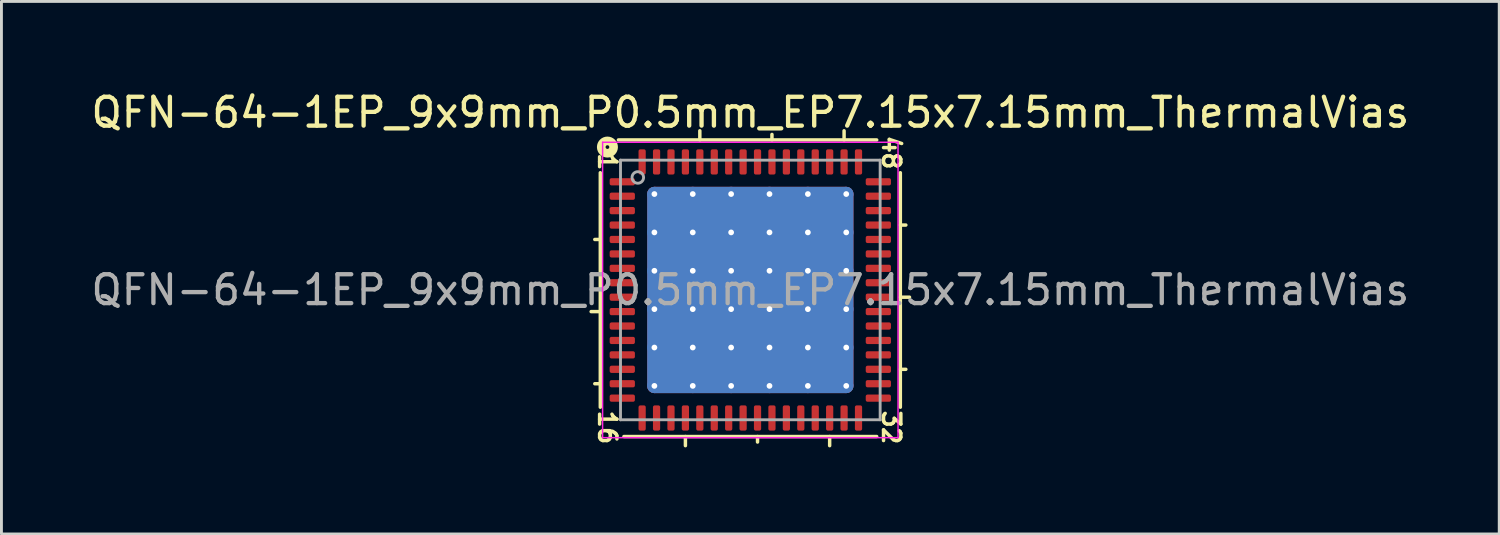
<source format=kicad_pcb>
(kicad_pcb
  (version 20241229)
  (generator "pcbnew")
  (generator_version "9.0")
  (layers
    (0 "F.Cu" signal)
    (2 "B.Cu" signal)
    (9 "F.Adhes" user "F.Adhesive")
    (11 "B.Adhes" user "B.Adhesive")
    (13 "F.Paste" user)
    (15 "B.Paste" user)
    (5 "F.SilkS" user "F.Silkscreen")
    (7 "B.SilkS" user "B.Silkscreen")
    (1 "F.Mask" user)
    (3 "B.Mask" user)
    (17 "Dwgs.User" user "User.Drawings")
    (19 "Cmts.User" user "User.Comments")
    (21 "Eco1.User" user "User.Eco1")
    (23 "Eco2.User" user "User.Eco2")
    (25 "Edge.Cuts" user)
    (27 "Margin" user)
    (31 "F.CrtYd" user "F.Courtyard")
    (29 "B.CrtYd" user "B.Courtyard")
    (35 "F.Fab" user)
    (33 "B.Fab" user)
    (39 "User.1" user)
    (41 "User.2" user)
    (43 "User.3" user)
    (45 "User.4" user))
  (footprint "QFN-64-1EP_9x9mm_P0.5mm_EP7.15x7.15mm_ThermalVias"
    (layer "F.Cu")
    (at 22.958 7.001)
    (property "Reference" "QFN-64-1EP_9x9mm_P0.5mm_EP7.15x7.15mm_ThermalVias" (at 0 -6.152 0) (layer "F.SilkS") (effects (font (size 1 1) (thickness 0.15))))
    (attr smd)
    (fp_line (start -5.2 -4.064) (end -5.2 4.064) (stroke (width 0.12) (type solid)) (layer "F.SilkS"))
    (fp_line (start -5.2 -1.75) (end -5.391 -1.75) (stroke (width 0.12) (type solid)) (layer "F.SilkS"))
    (fp_line (start -5.2 0.75) (end -5.518 0.75) (stroke (width 0.12) (type solid)) (layer "F.SilkS"))
    (fp_line (start -5.2 3.25) (end -5.391 3.25) (stroke (width 0.12) (type solid)) (layer "F.SilkS"))
    (fp_line (start -4.381 5.08) (end 4.381 5.08) (stroke (width 0.12) (type solid)) (layer "F.SilkS"))
    (fp_line (start -2.25 5.08) (end -2.25 5.397) (stroke (width 0.12) (type solid)) (layer "F.SilkS"))
    (fp_line (start -1.75 -5.2) (end -1.75 -5.518) (stroke (width 0.12) (type solid)) (layer "F.SilkS"))
    (fp_line (start 0.25 5.08) (end 0.25 5.271) (stroke (width 0.12) (type solid)) (layer "F.SilkS"))
    (fp_line (start 0.75 -5.2) (end 0.75 -5.391) (stroke (width 0.12) (type solid)) (layer "F.SilkS"))
    (fp_line (start 2.75 5.08) (end 2.75 5.397) (stroke (width 0.12) (type solid)) (layer "F.SilkS"))
    (fp_line (start 3.25 -5.2) (end 3.25 -5.518) (stroke (width 0.12) (type solid)) (layer "F.SilkS"))
    (fp_line (start 4.381 -5.2) (end -4.572 -5.2) (stroke (width 0.12) (type solid)) (layer "F.SilkS"))
    (fp_line (start 5.2 -2.25) (end 5.391 -2.25) (stroke (width 0.12) (type solid)) (layer "F.SilkS"))
    (fp_line (start 5.2 0.25) (end 5.518 0.25) (stroke (width 0.12) (type solid)) (layer "F.SilkS"))
    (fp_line (start 5.2 2.75) (end 5.391 2.75) (stroke (width 0.12) (type solid)) (layer "F.SilkS"))
    (fp_line (start 5.2 4.064) (end 5.2 -4.064) (stroke (width 0.12) (type solid)) (layer "F.SilkS"))
    (fp_circle (center -4.953 -4.953) (end -4.889 -4.953) (stroke (width 0.3) (type solid)) (fill no) (layer "F.SilkS"))
    (fp_line (start -5.12 -5.12) (end -5.12 5.12) (stroke (width 0.05) (type solid)) (layer "F.CrtYd"))
    (fp_line (start -5.12 5.12) (end 5.12 5.12) (stroke (width 0.05) (type solid)) (layer "F.CrtYd"))
    (fp_line (start 5.12 -5.12) (end -5.12 -5.12) (stroke (width 0.05) (type solid)) (layer "F.CrtYd"))
    (fp_line (start 5.12 5.12) (end 5.12 -5.12) (stroke (width 0.05) (type solid)) (layer "F.CrtYd"))
    (fp_line (start -4.5 -4.5) (end 4.5 -4.5) (stroke (width 0.1) (type solid)) (layer "F.Fab"))
    (fp_line (start -4.5 4.5) (end -4.5 -4.5) (stroke (width 0.1) (type solid)) (layer "F.Fab"))
    (fp_line (start 4.5 -4.5) (end 4.5 4.5) (stroke (width 0.1) (type solid)) (layer "F.Fab"))
    (fp_line (start 4.5 4.5) (end -4.5 4.5) (stroke (width 0.1) (type solid)) (layer "F.Fab"))
    (fp_circle (center -3.9 -3.9) (end -3.7 -3.9) (stroke (width 0.1) (type solid)) (fill no) (layer "F.Fab"))
    (fp_text user "16" (at -4.953 4.763 270) (unlocked yes) (layer "F.SilkS") (effects (font (size 0.6 0.6) (thickness 0.12))))
    (fp_text user "48" (at 4.889 -4.763 270) (unlocked yes) (layer "F.SilkS") (effects (font (size 0.6 0.6) (thickness 0.12))))
    (fp_text user "1" (at -4.953 -4.445 270) (unlocked yes) (layer "F.SilkS") (effects (font (size 0.6 0.6) (thickness 0.12))))
    (fp_text user "32" (at 4.889 4.763 270) (unlocked yes) (layer "F.SilkS") (effects (font (size 0.6 0.6) (thickness 0.12))))
    (fp_text user "${REFERENCE}" (at 0 0 0) (layer "F.Fab") (effects (font (size 1 1) (thickness 0.15))))
    (pad "" smd roundrect (at -2.66 -2.66) (size 1.153 1.153) (layers "F.Paste") (roundrect_rratio 0.217))
    (pad "" smd roundrect (at -2.66 -1.33) (size 1.153 1.153) (layers "F.Paste") (roundrect_rratio 0.217))
    (pad "" smd roundrect (at -2.66 0) (size 1.153 1.153) (layers "F.Paste") (roundrect_rratio 0.217))
    (pad "" smd roundrect (at -2.66 1.33) (size 1.153 1.153) (layers "F.Paste") (roundrect_rratio 0.217))
    (pad "" smd roundrect (at -2.66 2.66) (size 1.153 1.153) (layers "F.Paste") (roundrect_rratio 0.217))
    (pad "" smd roundrect (at -1.33 -2.66) (size 1.153 1.153) (layers "F.Paste") (roundrect_rratio 0.217))
    (pad "" smd roundrect (at -1.33 -1.33) (size 1.153 1.153) (layers "F.Paste") (roundrect_rratio 0.217))
    (pad "" smd roundrect (at -1.33 0) (size 1.153 1.153) (layers "F.Paste") (roundrect_rratio 0.217))
    (pad "" smd roundrect (at -1.33 1.33) (size 1.153 1.153) (layers "F.Paste") (roundrect_rratio 0.217))
    (pad "" smd roundrect (at -1.33 2.66) (size 1.153 1.153) (layers "F.Paste") (roundrect_rratio 0.217))
    (pad "" smd roundrect (at 0 -2.66) (size 1.153 1.153) (layers "F.Paste") (roundrect_rratio 0.217))
    (pad "" smd roundrect (at 0 -1.33) (size 1.153 1.153) (layers "F.Paste") (roundrect_rratio 0.217))
    (pad "" smd roundrect (at 0 0) (size 1.153 1.153) (layers "F.Paste") (roundrect_rratio 0.217))
    (pad "" smd roundrect (at 0 1.33) (size 1.153 1.153) (layers "F.Paste") (roundrect_rratio 0.217))
    (pad "" smd roundrect (at 0 2.66) (size 1.153 1.153) (layers "F.Paste") (roundrect_rratio 0.217))
    (pad "" smd roundrect (at 1.33 -2.66) (size 1.153 1.153) (layers "F.Paste") (roundrect_rratio 0.217))
    (pad "" smd roundrect (at 1.33 -1.33) (size 1.153 1.153) (layers "F.Paste") (roundrect_rratio 0.217))
    (pad "" smd roundrect (at 1.33 0) (size 1.153 1.153) (layers "F.Paste") (roundrect_rratio 0.217))
    (pad "" smd roundrect (at 1.33 1.33) (size 1.153 1.153) (layers "F.Paste") (roundrect_rratio 0.217))
    (pad "" smd roundrect (at 1.33 2.66) (size 1.153 1.153) (layers "F.Paste") (roundrect_rratio 0.217))
    (pad "" smd roundrect (at 2.66 -2.66) (size 1.153 1.153) (layers "F.Paste") (roundrect_rratio 0.217))
    (pad "" smd roundrect (at 2.66 -1.33) (size 1.153 1.153) (layers "F.Paste") (roundrect_rratio 0.217))
    (pad "" smd roundrect (at 2.66 0) (size 1.153 1.153) (layers "F.Paste") (roundrect_rratio 0.217))
    (pad "" smd roundrect (at 2.66 1.33) (size 1.153 1.153) (layers "F.Paste") (roundrect_rratio 0.217))
    (pad "" smd roundrect (at 2.66 2.66) (size 1.153 1.153) (layers "F.Paste") (roundrect_rratio 0.217))
    (pad "1" smd roundrect (at -4.438 -3.75) (size 0.875 0.25) (layers "F.Cu" "F.Mask" "F.Paste") (roundrect_rratio 0.25))
    (pad "2" smd roundrect (at -4.438 -3.25) (size 0.875 0.25) (layers "F.Cu" "F.Mask" "F.Paste") (roundrect_rratio 0.25))
    (pad "3" smd roundrect (at -4.438 -2.75) (size 0.875 0.25) (layers "F.Cu" "F.Mask" "F.Paste") (roundrect_rratio 0.25))
    (pad "4" smd roundrect (at -4.438 -2.25) (size 0.875 0.25) (layers "F.Cu" "F.Mask" "F.Paste") (roundrect_rratio 0.25))
    (pad "5" smd roundrect (at -4.438 -1.75) (size 0.875 0.25) (layers "F.Cu" "F.Mask" "F.Paste") (roundrect_rratio 0.25))
    (pad "6" smd roundrect (at -4.438 -1.25) (size 0.875 0.25) (layers "F.Cu" "F.Mask" "F.Paste") (roundrect_rratio 0.25))
    (pad "7" smd roundrect (at -4.438 -0.75) (size 0.875 0.25) (layers "F.Cu" "F.Mask" "F.Paste") (roundrect_rratio 0.25))
    (pad "8" smd roundrect (at -4.438 -0.25) (size 0.875 0.25) (layers "F.Cu" "F.Mask" "F.Paste") (roundrect_rratio 0.25))
    (pad "9" smd roundrect (at -4.438 0.25) (size 0.875 0.25) (layers "F.Cu" "F.Mask" "F.Paste") (roundrect_rratio 0.25))
    (pad "10" smd roundrect (at -4.438 0.75) (size 0.875 0.25) (layers "F.Cu" "F.Mask" "F.Paste") (roundrect_rratio 0.25))
    (pad "11" smd roundrect (at -4.438 1.25) (size 0.875 0.25) (layers "F.Cu" "F.Mask" "F.Paste") (roundrect_rratio 0.25))
    (pad "12" smd roundrect (at -4.438 1.75) (size 0.875 0.25) (layers "F.Cu" "F.Mask" "F.Paste") (roundrect_rratio 0.25))
    (pad "13" smd roundrect (at -4.438 2.25) (size 0.875 0.25) (layers "F.Cu" "F.Mask" "F.Paste") (roundrect_rratio 0.25))
    (pad "14" smd roundrect (at -4.438 2.75) (size 0.875 0.25) (layers "F.Cu" "F.Mask" "F.Paste") (roundrect_rratio 0.25))
    (pad "15" smd roundrect (at -4.438 3.25) (size 0.875 0.25) (layers "F.Cu" "F.Mask" "F.Paste") (roundrect_rratio 0.25))
    (pad "16" smd roundrect (at -4.438 3.75) (size 0.875 0.25) (layers "F.Cu" "F.Mask" "F.Paste") (roundrect_rratio 0.25))
    (pad "17" smd roundrect (at -3.75 4.438) (size 0.25 0.875) (layers "F.Cu" "F.Mask" "F.Paste") (roundrect_rratio 0.25))
    (pad "18" smd roundrect (at -3.25 4.438) (size 0.25 0.875) (layers "F.Cu" "F.Mask" "F.Paste") (roundrect_rratio 0.25))
    (pad "19" smd roundrect (at -2.75 4.438) (size 0.25 0.875) (layers "F.Cu" "F.Mask" "F.Paste") (roundrect_rratio 0.25))
    (pad "20" smd roundrect (at -2.25 4.438) (size 0.25 0.875) (layers "F.Cu" "F.Mask" "F.Paste") (roundrect_rratio 0.25))
    (pad "21" smd roundrect (at -1.75 4.438) (size 0.25 0.875) (layers "F.Cu" "F.Mask" "F.Paste") (roundrect_rratio 0.25))
    (pad "22" smd roundrect (at -1.25 4.438) (size 0.25 0.875) (layers "F.Cu" "F.Mask" "F.Paste") (roundrect_rratio 0.25))
    (pad "23" smd roundrect (at -0.75 4.438) (size 0.25 0.875) (layers "F.Cu" "F.Mask" "F.Paste") (roundrect_rratio 0.25))
    (pad "24" smd roundrect (at -0.25 4.438) (size 0.25 0.875) (layers "F.Cu" "F.Mask" "F.Paste") (roundrect_rratio 0.25))
    (pad "25" smd roundrect (at 0.25 4.438) (size 0.25 0.875) (layers "F.Cu" "F.Mask" "F.Paste") (roundrect_rratio 0.25))
    (pad "26" smd roundrect (at 0.75 4.438) (size 0.25 0.875) (layers "F.Cu" "F.Mask" "F.Paste") (roundrect_rratio 0.25))
    (pad "27" smd roundrect (at 1.25 4.438) (size 0.25 0.875) (layers "F.Cu" "F.Mask" "F.Paste") (roundrect_rratio 0.25))
    (pad "28" smd roundrect (at 1.75 4.438) (size 0.25 0.875) (layers "F.Cu" "F.Mask" "F.Paste") (roundrect_rratio 0.25))
    (pad "29" smd roundrect (at 2.25 4.438) (size 0.25 0.875) (layers "F.Cu" "F.Mask" "F.Paste") (roundrect_rratio 0.25))
    (pad "30" smd roundrect (at 2.75 4.438) (size 0.25 0.875) (layers "F.Cu" "F.Mask" "F.Paste") (roundrect_rratio 0.25))
    (pad "31" smd roundrect (at 3.25 4.438) (size 0.25 0.875) (layers "F.Cu" "F.Mask" "F.Paste") (roundrect_rratio 0.25))
    (pad "32" smd roundrect (at 3.75 4.438) (size 0.25 0.875) (layers "F.Cu" "F.Mask" "F.Paste") (roundrect_rratio 0.25))
    (pad "33" smd roundrect (at 4.438 3.75) (size 0.875 0.25) (layers "F.Cu" "F.Mask" "F.Paste") (roundrect_rratio 0.25))
    (pad "34" smd roundrect (at 4.438 3.25) (size 0.875 0.25) (layers "F.Cu" "F.Mask" "F.Paste") (roundrect_rratio 0.25))
    (pad "35" smd roundrect (at 4.438 2.75) (size 0.875 0.25) (layers "F.Cu" "F.Mask" "F.Paste") (roundrect_rratio 0.25))
    (pad "36" smd roundrect (at 4.438 2.25) (size 0.875 0.25) (layers "F.Cu" "F.Mask" "F.Paste") (roundrect_rratio 0.25))
    (pad "37" smd roundrect (at 4.438 1.75) (size 0.875 0.25) (layers "F.Cu" "F.Mask" "F.Paste") (roundrect_rratio 0.25))
    (pad "38" smd roundrect (at 4.438 1.25) (size 0.875 0.25) (layers "F.Cu" "F.Mask" "F.Paste") (roundrect_rratio 0.25))
    (pad "39" smd roundrect (at 4.438 0.75) (size 0.875 0.25) (layers "F.Cu" "F.Mask" "F.Paste") (roundrect_rratio 0.25))
    (pad "40" smd roundrect (at 4.438 0.25) (size 0.875 0.25) (layers "F.Cu" "F.Mask" "F.Paste") (roundrect_rratio 0.25))
    (pad "41" smd roundrect (at 4.438 -0.25) (size 0.875 0.25) (layers "F.Cu" "F.Mask" "F.Paste") (roundrect_rratio 0.25))
    (pad "42" smd roundrect (at 4.438 -0.75) (size 0.875 0.25) (layers "F.Cu" "F.Mask" "F.Paste") (roundrect_rratio 0.25))
    (pad "43" smd roundrect (at 4.438 -1.25) (size 0.875 0.25) (layers "F.Cu" "F.Mask" "F.Paste") (roundrect_rratio 0.25))
    (pad "44" smd roundrect (at 4.438 -1.75) (size 0.875 0.25) (layers "F.Cu" "F.Mask" "F.Paste") (roundrect_rratio 0.25))
    (pad "45" smd roundrect (at 4.438 -2.25) (size 0.875 0.25) (layers "F.Cu" "F.Mask" "F.Paste") (roundrect_rratio 0.25))
    (pad "46" smd roundrect (at 4.438 -2.75) (size 0.875 0.25) (layers "F.Cu" "F.Mask" "F.Paste") (roundrect_rratio 0.25))
    (pad "47" smd roundrect (at 4.438 -3.25) (size 0.875 0.25) (layers "F.Cu" "F.Mask" "F.Paste") (roundrect_rratio 0.25))
    (pad "48" smd roundrect (at 4.438 -3.75) (size 0.875 0.25) (layers "F.Cu" "F.Mask" "F.Paste") (roundrect_rratio 0.25))
    (pad "49" smd roundrect (at 3.75 -4.438) (size 0.25 0.875) (layers "F.Cu" "F.Mask" "F.Paste") (roundrect_rratio 0.25))
    (pad "50" smd roundrect (at 3.25 -4.438) (size 0.25 0.875) (layers "F.Cu" "F.Mask" "F.Paste") (roundrect_rratio 0.25))
    (pad "51" smd roundrect (at 2.75 -4.438) (size 0.25 0.875) (layers "F.Cu" "F.Mask" "F.Paste") (roundrect_rratio 0.25))
    (pad "52" smd roundrect (at 2.25 -4.438) (size 0.25 0.875) (layers "F.Cu" "F.Mask" "F.Paste") (roundrect_rratio 0.25))
    (pad "53" smd roundrect (at 1.75 -4.438) (size 0.25 0.875) (layers "F.Cu" "F.Mask" "F.Paste") (roundrect_rratio 0.25))
    (pad "54" smd roundrect (at 1.25 -4.438) (size 0.25 0.875) (layers "F.Cu" "F.Mask" "F.Paste") (roundrect_rratio 0.25))
    (pad "55" smd roundrect (at 0.75 -4.438) (size 0.25 0.875) (layers "F.Cu" "F.Mask" "F.Paste") (roundrect_rratio 0.25))
    (pad "56" smd roundrect (at 0.25 -4.438) (size 0.25 0.875) (layers "F.Cu" "F.Mask" "F.Paste") (roundrect_rratio 0.25))
    (pad "57" smd roundrect (at -0.25 -4.438) (size 0.25 0.875) (layers "F.Cu" "F.Mask" "F.Paste") (roundrect_rratio 0.25))
    (pad "58" smd roundrect (at -0.75 -4.438) (size 0.25 0.875) (layers "F.Cu" "F.Mask" "F.Paste") (roundrect_rratio 0.25))
    (pad "59" smd roundrect (at -1.25 -4.438) (size 0.25 0.875) (layers "F.Cu" "F.Mask" "F.Paste") (roundrect_rratio 0.25))
    (pad "60" smd roundrect (at -1.75 -4.438) (size 0.25 0.875) (layers "F.Cu" "F.Mask" "F.Paste") (roundrect_rratio 0.25))
    (pad "61" smd roundrect (at -2.25 -4.438) (size 0.25 0.875) (layers "F.Cu" "F.Mask" "F.Paste") (roundrect_rratio 0.25))
    (pad "62" smd roundrect (at -2.75 -4.438) (size 0.25 0.875) (layers "F.Cu" "F.Mask" "F.Paste") (roundrect_rratio 0.25))
    (pad "63" smd roundrect (at -3.25 -4.438) (size 0.25 0.875) (layers "F.Cu" "F.Mask" "F.Paste") (roundrect_rratio 0.25))
    (pad "64" smd roundrect (at -3.75 -4.438) (size 0.25 0.875) (layers "F.Cu" "F.Mask" "F.Paste") (roundrect_rratio 0.25))
    (pad "65" thru_hole circle (at -3.325 -3.325) (size 0.5 0.5) (drill 0.2) (property pad_prop_heatsink) (layers "*.Cu"))
    (pad "65" thru_hole circle (at -3.325 -1.995) (size 0.5 0.5) (drill 0.2) (property pad_prop_heatsink) (layers "*.Cu"))
    (pad "65" thru_hole circle (at -3.325 -0.665) (size 0.5 0.5) (drill 0.2) (property pad_prop_heatsink) (layers "*.Cu"))
    (pad "65" thru_hole circle (at -3.325 0.665) (size 0.5 0.5) (drill 0.2) (property pad_prop_heatsink) (layers "*.Cu"))
    (pad "65" thru_hole circle (at -3.325 1.995) (size 0.5 0.5) (drill 0.2) (property pad_prop_heatsink) (layers "*.Cu"))
    (pad "65" thru_hole circle (at -3.325 3.325) (size 0.5 0.5) (drill 0.2) (property pad_prop_heatsink) (layers "*.Cu"))
    (pad "65" thru_hole circle (at -1.995 -3.325) (size 0.5 0.5) (drill 0.2) (property pad_prop_heatsink) (layers "*.Cu"))
    (pad "65" thru_hole circle (at -1.995 -1.995) (size 0.5 0.5) (drill 0.2) (property pad_prop_heatsink) (layers "*.Cu"))
    (pad "65" thru_hole circle (at -1.995 -0.665) (size 0.5 0.5) (drill 0.2) (property pad_prop_heatsink) (layers "*.Cu"))
    (pad "65" thru_hole circle (at -1.995 0.665) (size 0.5 0.5) (drill 0.2) (property pad_prop_heatsink) (layers "*.Cu"))
    (pad "65" thru_hole circle (at -1.995 1.995) (size 0.5 0.5) (drill 0.2) (property pad_prop_heatsink) (layers "*.Cu"))
    (pad "65" thru_hole circle (at -1.995 3.325) (size 0.5 0.5) (drill 0.2) (property pad_prop_heatsink) (layers "*.Cu"))
    (pad "65" thru_hole circle (at -0.665 -3.325) (size 0.5 0.5) (drill 0.2) (property pad_prop_heatsink) (layers "*.Cu"))
    (pad "65" thru_hole circle (at -0.665 -1.995) (size 0.5 0.5) (drill 0.2) (property pad_prop_heatsink) (layers "*.Cu"))
    (pad "65" thru_hole circle (at -0.665 -0.665) (size 0.5 0.5) (drill 0.2) (property pad_prop_heatsink) (layers "*.Cu"))
    (pad "65" thru_hole circle (at -0.665 0.665) (size 0.5 0.5) (drill 0.2) (property pad_prop_heatsink) (layers "*.Cu"))
    (pad "65" thru_hole circle (at -0.665 1.995) (size 0.5 0.5) (drill 0.2) (property pad_prop_heatsink) (layers "*.Cu"))
    (pad "65" thru_hole circle (at -0.665 3.325) (size 0.5 0.5) (drill 0.2) (property pad_prop_heatsink) (layers "*.Cu"))
    (pad "65" smd roundrect (at 0 0) (size 7.15 7.15) (layers "F.Cu" "F.Mask") (roundrect_rratio 0.035))
    (pad "65" smd roundrect (at 0 0) (size 7.15 7.15) (layers "B.Cu" "B.Mask") (roundrect_rratio 0.035))
    (pad "65" thru_hole circle (at 0.665 -3.325) (size 0.5 0.5) (drill 0.2) (property pad_prop_heatsink) (layers "*.Cu"))
    (pad "65" thru_hole circle (at 0.665 -1.995) (size 0.5 0.5) (drill 0.2) (property pad_prop_heatsink) (layers "*.Cu"))
    (pad "65" thru_hole circle (at 0.665 -0.665) (size 0.5 0.5) (drill 0.2) (property pad_prop_heatsink) (layers "*.Cu"))
    (pad "65" thru_hole circle (at 0.665 0.665) (size 0.5 0.5) (drill 0.2) (property pad_prop_heatsink) (layers "*.Cu"))
    (pad "65" thru_hole circle (at 0.665 1.995) (size 0.5 0.5) (drill 0.2) (property pad_prop_heatsink) (layers "*.Cu"))
    (pad "65" thru_hole circle (at 0.665 3.325) (size 0.5 0.5) (drill 0.2) (property pad_prop_heatsink) (layers "*.Cu"))
    (pad "65" thru_hole circle (at 1.995 -3.325) (size 0.5 0.5) (drill 0.2) (property pad_prop_heatsink) (layers "*.Cu"))
    (pad "65" thru_hole circle (at 1.995 -1.995) (size 0.5 0.5) (drill 0.2) (property pad_prop_heatsink) (layers "*.Cu"))
    (pad "65" thru_hole circle (at 1.995 -0.665) (size 0.5 0.5) (drill 0.2) (property pad_prop_heatsink) (layers "*.Cu"))
    (pad "65" thru_hole circle (at 1.995 0.665) (size 0.5 0.5) (drill 0.2) (property pad_prop_heatsink) (layers "*.Cu"))
    (pad "65" thru_hole circle (at 1.995 1.995) (size 0.5 0.5) (drill 0.2) (property pad_prop_heatsink) (layers "*.Cu"))
    (pad "65" thru_hole circle (at 1.995 3.325) (size 0.5 0.5) (drill 0.2) (property pad_prop_heatsink) (layers "*.Cu"))
    (pad "65" thru_hole circle (at 3.325 -3.325) (size 0.5 0.5) (drill 0.2) (property pad_prop_heatsink) (layers "*.Cu"))
    (pad "65" thru_hole circle (at 3.325 -1.995) (size 0.5 0.5) (drill 0.2) (property pad_prop_heatsink) (layers "*.Cu"))
    (pad "65" thru_hole circle (at 3.325 -0.665) (size 0.5 0.5) (drill 0.2) (property pad_prop_heatsink) (layers "*.Cu"))
    (pad "65" thru_hole circle (at 3.325 0.665) (size 0.5 0.5) (drill 0.2) (property pad_prop_heatsink) (layers "*.Cu"))
    (pad "65" thru_hole circle (at 3.325 1.995) (size 0.5 0.5) (drill 0.2) (property pad_prop_heatsink) (layers "*.Cu"))
    (pad "65" thru_hole circle (at 3.325 3.325) (size 0.5 0.5) (drill 0.2) (property pad_prop_heatsink) (layers "*.Cu")))
  (gr_rect
    (start -3 -3)
    (end 48.917 15.458)
    (stroke (width 0.1) (type default))
    (fill no)
    (layer "Edge.Cuts")))
</source>
